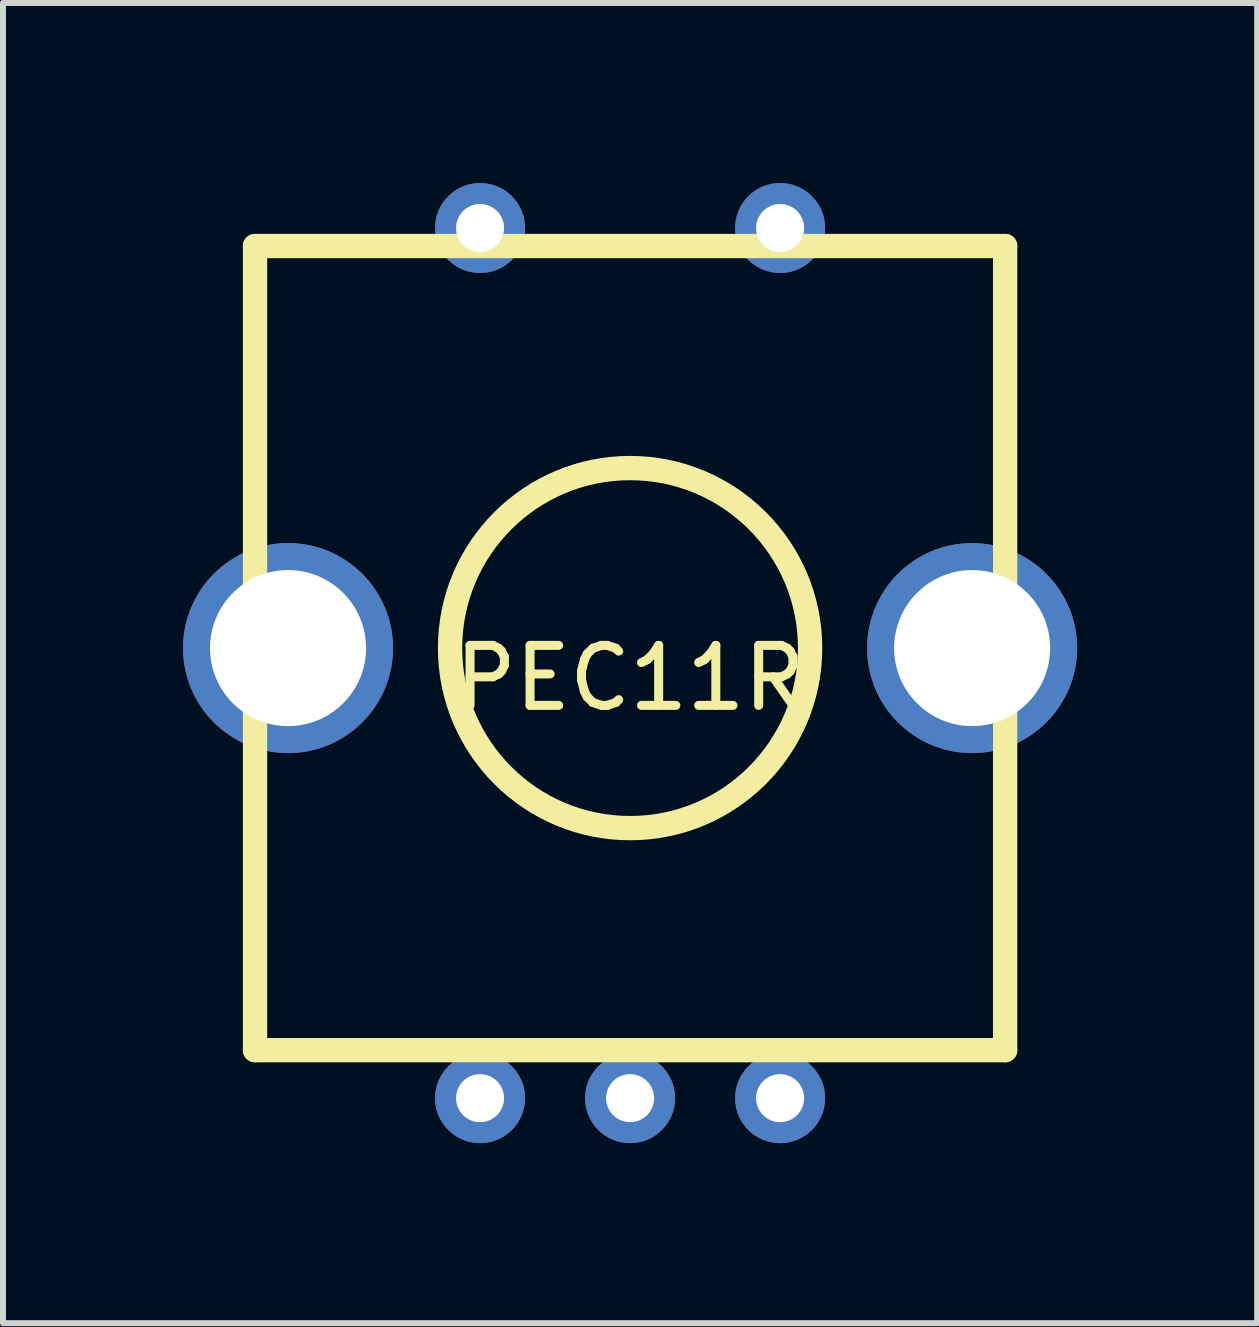
<source format=kicad_pcb>
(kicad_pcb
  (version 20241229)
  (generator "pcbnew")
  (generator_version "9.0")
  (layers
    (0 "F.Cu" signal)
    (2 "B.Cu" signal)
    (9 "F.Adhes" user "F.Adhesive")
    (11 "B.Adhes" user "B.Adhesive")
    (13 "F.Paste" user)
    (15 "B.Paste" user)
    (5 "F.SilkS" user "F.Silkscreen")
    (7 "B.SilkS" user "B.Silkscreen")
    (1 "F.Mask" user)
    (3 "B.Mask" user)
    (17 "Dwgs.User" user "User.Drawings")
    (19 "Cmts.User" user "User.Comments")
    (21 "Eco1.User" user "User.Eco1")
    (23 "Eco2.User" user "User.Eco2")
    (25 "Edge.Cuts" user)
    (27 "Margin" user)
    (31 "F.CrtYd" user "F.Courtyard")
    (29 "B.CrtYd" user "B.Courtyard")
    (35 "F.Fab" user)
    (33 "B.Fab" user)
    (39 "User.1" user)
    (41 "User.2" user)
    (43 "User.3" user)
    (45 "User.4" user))
  (footprint "PEC11R"
    (layer "F.Cu")
    (at 7.45 7.75)
    (property "Reference" "PEC11R" (at 0 0.5 0) (layer "F.SilkS") (effects (font (size 1 1) (thickness 0.15))))
    (attr through_hole)
    (fp_line (start -6.25 -6.7) (end -6.25 6.7) (stroke (width 0.405) (type solid)) (layer "F.SilkS"))
    (fp_line (start -6.25 6.7) (end 6.25 6.7) (stroke (width 0.405) (type solid)) (layer "F.SilkS"))
    (fp_line (start 6.25 -6.7) (end -6.25 -6.7) (stroke (width 0.405) (type solid)) (layer "F.SilkS"))
    (fp_line (start 6.25 6.7) (end 6.25 -6.7) (stroke (width 0.405) (type solid)) (layer "F.SilkS"))
    (fp_circle (center 0 0) (end 3 0) (stroke (width 0.405) (type solid)) (fill no) (layer "F.SilkS"))
    (pad "" thru_hole circle (at -5.7 0) (size 3.5 3.5) (drill 2.6) (layers "*.Cu" "*.Mask"))
    (pad "" thru_hole circle (at 5.7 0) (size 3.5 3.5) (drill 2.6) (layers "*.Cu" "*.Mask"))
    (pad "1" thru_hole circle (at -2.5 7.5) (size 1.5 1.5) (drill 0.8) (layers "*.Cu" "*.Mask"))
    (pad "2" thru_hole circle (at 0 7.5) (size 1.5 1.5) (drill 0.8) (layers "*.Cu" "*.Mask"))
    (pad "3" thru_hole circle (at 2.5 7.5) (size 1.5 1.5) (drill 0.8) (layers "*.Cu" "*.Mask"))
    (pad "4" thru_hole circle (at -2.5 -7) (size 1.5 1.5) (drill 0.8) (layers "*.Cu" "*.Mask"))
    (pad "5" thru_hole circle (at 2.5 -7) (size 1.5 1.5) (drill 0.8) (layers "*.Cu" "*.Mask")))
  (gr_rect
    (start -3 -3)
    (end 17.9 19)
    (stroke (width 0.1) (type default))
    (fill no)
    (layer "Edge.Cuts")))
</source>
